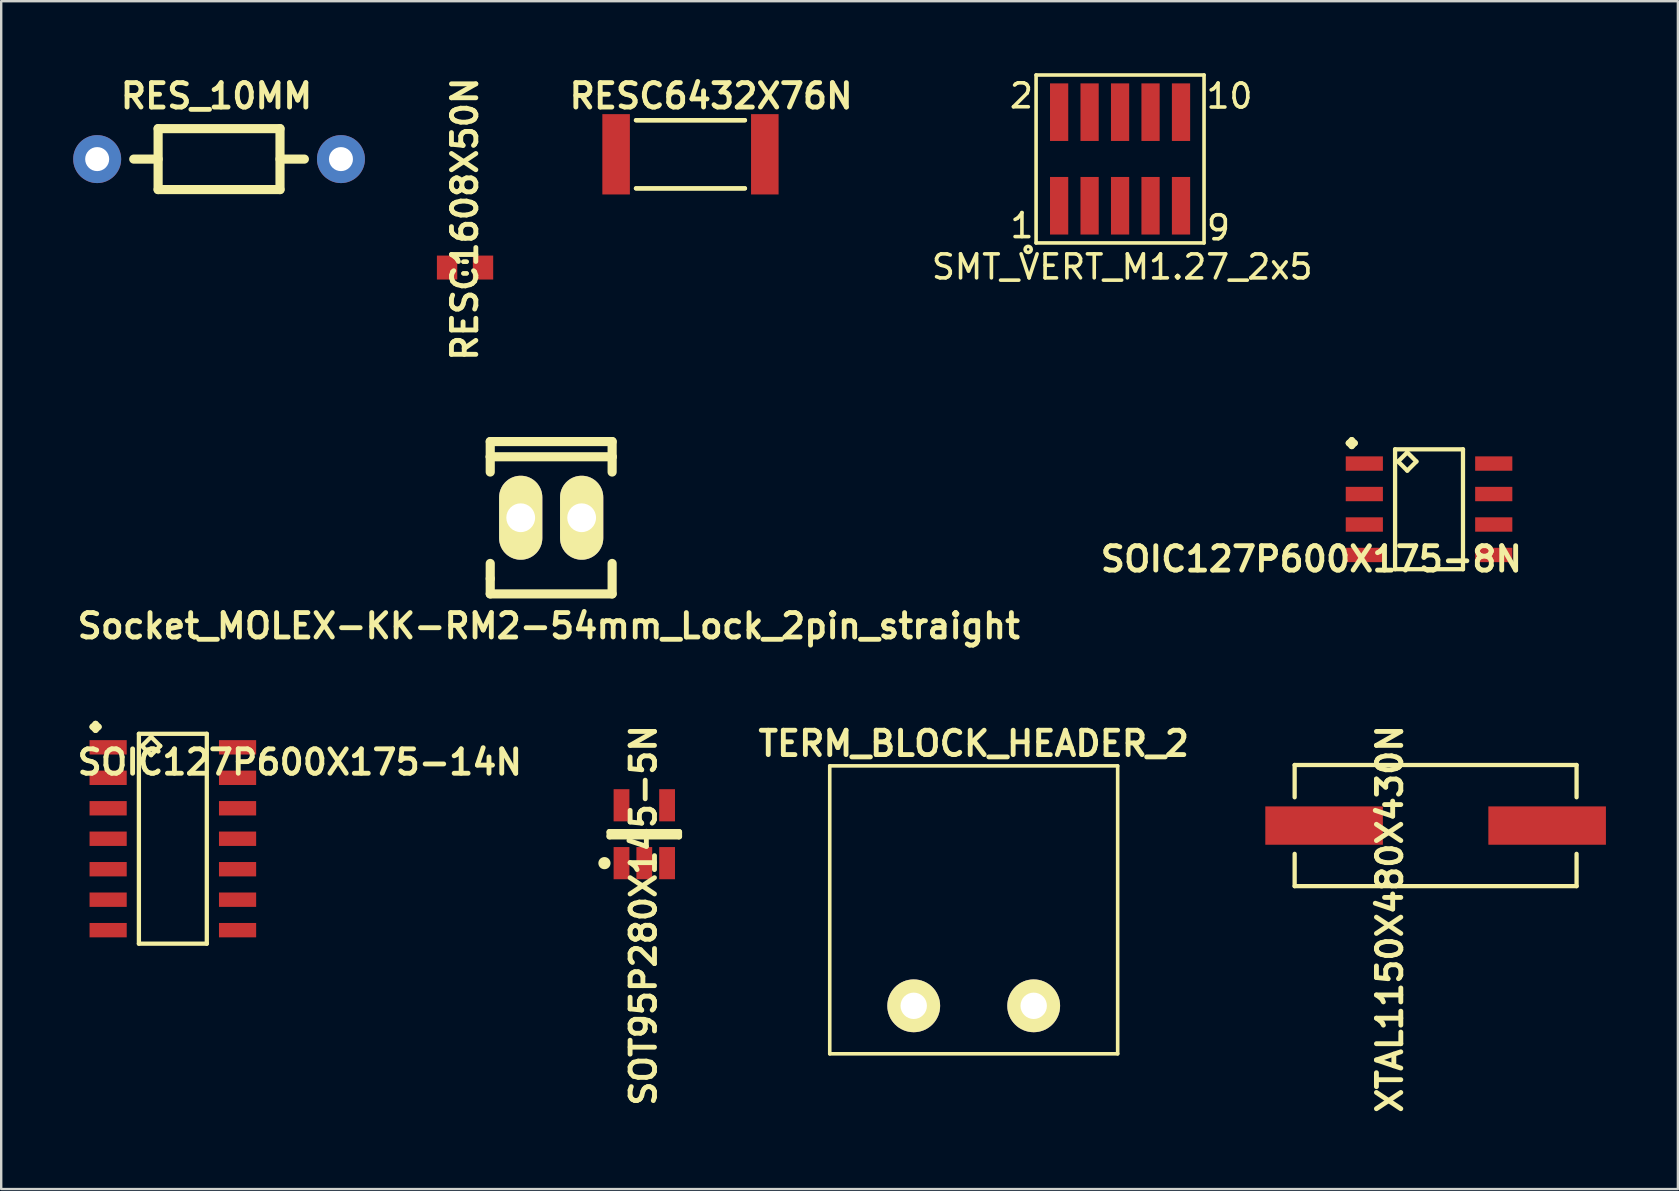
<source format=kicad_pcb>
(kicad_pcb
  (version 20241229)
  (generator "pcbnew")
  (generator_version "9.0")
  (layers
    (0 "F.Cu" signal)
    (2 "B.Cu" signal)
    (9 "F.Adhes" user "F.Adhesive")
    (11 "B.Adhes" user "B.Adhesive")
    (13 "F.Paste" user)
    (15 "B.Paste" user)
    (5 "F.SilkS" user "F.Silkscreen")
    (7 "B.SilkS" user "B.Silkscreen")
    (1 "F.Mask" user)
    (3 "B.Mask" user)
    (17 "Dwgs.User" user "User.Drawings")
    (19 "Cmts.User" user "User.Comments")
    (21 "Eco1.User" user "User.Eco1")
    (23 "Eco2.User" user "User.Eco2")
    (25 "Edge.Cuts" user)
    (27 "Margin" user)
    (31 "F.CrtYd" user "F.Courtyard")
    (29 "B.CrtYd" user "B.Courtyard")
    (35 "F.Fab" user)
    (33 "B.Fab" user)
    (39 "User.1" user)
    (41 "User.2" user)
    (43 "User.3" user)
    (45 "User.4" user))
  (footprint "SOT95P280X145-5N"
    (layer "F.Cu")
    (at 23.803 31.718)
    (property "Reference" "SOT95P280X145-5N" (at -0.035 3.385 90) (layer "F.SilkS") (effects (font (size 1.016 1.016) (thickness 0.203))))
    (attr through_hole)
    (fp_line (start -1.661 1.206) (end -1.661 1.206) (stroke (width 0.508) (type solid)) (layer "F.SilkS"))
    (fp_line (start -1.448 -0.091) (end -1.448 0.091) (stroke (width 0.254) (type solid)) (layer "F.SilkS"))
    (fp_line (start -1.448 0.091) (end 1.448 0.091) (stroke (width 0.254) (type solid)) (layer "F.SilkS"))
    (fp_line (start 1.448 -0.091) (end -1.448 -0.091) (stroke (width 0.254) (type solid)) (layer "F.SilkS"))
    (fp_line (start 1.448 0.091) (end 1.448 -0.091) (stroke (width 0.254) (type solid)) (layer "F.SilkS"))
    (pad "1" smd rect (at -0.95 1.206) (size 0.658 1.341) (layers "F.Cu" "F.Mask" "F.Paste"))
    (pad "2" smd rect (at 0 1.206) (size 0.658 1.341) (layers "F.Cu" "F.Mask" "F.Paste"))
    (pad "3" smd rect (at 0.95 1.206) (size 0.658 1.341) (layers "F.Cu" "F.Mask" "F.Paste"))
    (pad "4" smd rect (at 0.95 -1.206) (size 0.658 1.341) (layers "F.Cu" "F.Mask" "F.Paste"))
    (pad "5" smd rect (at -0.95 -1.206) (size 0.658 1.341) (layers "F.Cu" "F.Mask" "F.Paste")))
  (footprint "TERM_BLOCK_HEADER_2"
    (layer "F.Cu")
    (at 37.532 38.87)
    (property "Reference" "TERM_BLOCK_HEADER_2" (at 0 -10.93 0) (layer "F.SilkS") (effects (font (size 1.016 1.016) (thickness 0.203))))
    (attr through_hole)
    (fp_line (start -6 -10) (end 6 -10) (stroke (width 0.15) (type solid)) (layer "F.SilkS"))
    (fp_line (start -6 2) (end -6 -10) (stroke (width 0.15) (type solid)) (layer "F.SilkS"))
    (fp_line (start -6 2) (end 6 2) (stroke (width 0.15) (type solid)) (layer "F.SilkS"))
    (fp_line (start 6 2) (end 6 -10) (stroke (width 0.15) (type solid)) (layer "F.SilkS"))
    (pad "1" thru_hole circle (at -2.5 0) (size 2.2 2.2) (drill 1.1) (layers "*.Cu" "*.Mask" "F.SilkS"))
    (pad "2" thru_hole circle (at 2.5 0) (size 2.2 2.2) (drill 1.1) (layers "*.Cu" "*.Mask" "F.SilkS")))
  (footprint "Socket_MOLEX-KK-RM2-54mm_Lock_2pin_straight"
    (layer "F.Cu")
    (at 19.922 18.528)
    (property "Reference" "Socket_MOLEX-KK-RM2-54mm_Lock_2pin_straight" (at -0.1 4.51 0) (layer "F.SilkS") (effects (font (size 1.016 1.016) (thickness 0.203))))
    (attr through_hole)
    (fp_line (start -2.54 -3.175) (end 2.54 -3.175) (stroke (width 0.381) (type solid)) (layer "F.SilkS"))
    (fp_line (start -2.54 -2.54) (end -2.54 -3.175) (stroke (width 0.381) (type solid)) (layer "F.SilkS"))
    (fp_line (start -2.54 -2.54) (end -2.54 -1.905) (stroke (width 0.381) (type solid)) (layer "F.SilkS"))
    (fp_line (start -2.54 -2.54) (end 2.54 -2.54) (stroke (width 0.381) (type solid)) (layer "F.SilkS"))
    (fp_line (start -2.54 2.54) (end -2.54 1.905) (stroke (width 0.381) (type solid)) (layer "F.SilkS"))
    (fp_line (start -2.54 3.175) (end -2.54 2.54) (stroke (width 0.381) (type solid)) (layer "F.SilkS"))
    (fp_line (start 2.54 -3.175) (end 2.54 -2.54) (stroke (width 0.381) (type solid)) (layer "F.SilkS"))
    (fp_line (start 2.54 -2.54) (end 2.54 -1.905) (stroke (width 0.381) (type solid)) (layer "F.SilkS"))
    (fp_line (start 2.54 3.175) (end -2.54 3.175) (stroke (width 0.381) (type solid)) (layer "F.SilkS"))
    (fp_line (start 2.54 3.175) (end 2.54 1.905) (stroke (width 0.381) (type solid)) (layer "F.SilkS"))
    (pad "1" thru_hole oval (at -1.27 0) (size 1.801 3.5) (drill 1.199) (layers "*.Cu" "*.Mask" "F.SilkS"))
    (pad "2" thru_hole oval (at 1.27 0) (size 1.801 3.5) (drill 1.199) (layers "*.Cu" "*.Mask" "F.SilkS")))
  (footprint "XTAL1150X480X430N"
    (layer "F.Cu")
    (at 56.783 31.358)
    (property "Reference" "XTAL1150X480X430N" (at -1.91 3.89 90) (layer "F.SilkS") (effects (font (size 1.016 1.016) (thickness 0.203))))
    (attr smd)
    (fp_line (start -5.875 -2.525) (end 5.875 -2.525) (stroke (width 0.178) (type solid)) (layer "F.SilkS"))
    (fp_line (start -5.875 -1.179) (end -5.875 -2.525) (stroke (width 0.178) (type solid)) (layer "F.SilkS"))
    (fp_line (start -5.875 1.179) (end -5.875 2.525) (stroke (width 0.178) (type solid)) (layer "F.SilkS"))
    (fp_line (start -5.875 2.525) (end 5.875 2.525) (stroke (width 0.178) (type solid)) (layer "F.SilkS"))
    (fp_line (start 5.875 -2.525) (end 5.875 -1.179) (stroke (width 0.178) (type solid)) (layer "F.SilkS"))
    (fp_line (start 5.875 2.525) (end 5.875 1.179) (stroke (width 0.178) (type solid)) (layer "F.SilkS"))
    (pad "1" smd rect (at -4.648 0) (size 4.9 1.598) (layers "F.Cu" "F.Mask" "F.Paste"))
    (pad "2" smd rect (at 4.648 0) (size 4.9 1.598) (layers "F.Cu" "F.Mask" "F.Paste")))
  (footprint "SOIC127P600X175-8N"
    (layer "F.Cu")
    (at 56.509 18.175)
    (property "Reference" "SOIC127P600X175-8N" (at -4.905 2.075 0) (layer "F.SilkS") (effects (font (size 1.016 1.016) (thickness 0.203))))
    (attr smd)
    (fp_line (start -3.348 -2.758) (end -3.221 -2.885) (stroke (width 0.254) (type solid)) (layer "F.SilkS"))
    (fp_line (start -3.221 -2.885) (end -3.094 -2.758) (stroke (width 0.254) (type solid)) (layer "F.SilkS"))
    (fp_line (start -3.221 -2.631) (end -3.348 -2.758) (stroke (width 0.254) (type solid)) (layer "F.SilkS"))
    (fp_line (start -3.094 -2.758) (end -3.221 -2.631) (stroke (width 0.254) (type solid)) (layer "F.SilkS"))
    (fp_line (start -1.415 -2.499) (end -1.415 2.499) (stroke (width 0.178) (type solid)) (layer "F.SilkS"))
    (fp_line (start -1.415 2.499) (end 1.415 2.499) (stroke (width 0.178) (type solid)) (layer "F.SilkS"))
    (fp_line (start -1.288 -1.991) (end -0.907 -2.372) (stroke (width 0.178) (type solid)) (layer "F.SilkS"))
    (fp_line (start -0.907 -2.372) (end -0.526 -1.991) (stroke (width 0.178) (type solid)) (layer "F.SilkS"))
    (fp_line (start -0.907 -1.61) (end -1.288 -1.991) (stroke (width 0.178) (type solid)) (layer "F.SilkS"))
    (fp_line (start -0.526 -1.991) (end -0.907 -1.61) (stroke (width 0.178) (type solid)) (layer "F.SilkS"))
    (fp_line (start 1.415 -2.499) (end -1.415 -2.499) (stroke (width 0.178) (type solid)) (layer "F.SilkS"))
    (fp_line (start 1.415 2.499) (end 1.415 -2.499) (stroke (width 0.178) (type solid)) (layer "F.SilkS"))
    (pad "1" smd rect (at -2.697 -1.905) (size 1.549 0.599) (layers "F.Cu" "F.Mask" "F.Paste"))
    (pad "2" smd rect (at -2.697 -0.635) (size 1.549 0.599) (layers "F.Cu" "F.Mask" "F.Paste"))
    (pad "3" smd rect (at -2.697 0.635) (size 1.549 0.599) (layers "F.Cu" "F.Mask" "F.Paste"))
    (pad "4" smd rect (at -2.697 1.905) (size 1.549 0.599) (layers "F.Cu" "F.Mask" "F.Paste"))
    (pad "5" smd rect (at 2.697 1.905) (size 1.549 0.599) (layers "F.Cu" "F.Mask" "F.Paste"))
    (pad "6" smd rect (at 2.697 0.635) (size 1.549 0.599) (layers "F.Cu" "F.Mask" "F.Paste"))
    (pad "7" smd rect (at 2.697 -0.635) (size 1.549 0.599) (layers "F.Cu" "F.Mask" "F.Paste"))
    (pad "8" smd rect (at 2.697 -1.905) (size 1.549 0.599) (layers "F.Cu" "F.Mask" "F.Paste")))
  (footprint "RESC1608X50N"
    (layer "F.Cu")
    (at 16.332 8.101)
    (property "Reference" "RESC1608X50N" (at -0.01 -2.02 90) (layer "F.SilkS") (effects (font (size 1.016 1.016) (thickness 0.203))))
    (attr smd)
    (fp_line (start -0.069 -0.244) (end 0.069 -0.244) (stroke (width 0.178) (type solid)) (layer "F.SilkS"))
    (fp_line (start -0.069 0.244) (end 0.069 0.244) (stroke (width 0.178) (type solid)) (layer "F.SilkS"))
    (fp_line (start 0.069 -0.244) (end -0.069 -0.244) (stroke (width 0.178) (type solid)) (layer "F.SilkS"))
    (fp_line (start 0.069 0.244) (end -0.069 0.244) (stroke (width 0.178) (type solid)) (layer "F.SilkS"))
    (pad "1" smd rect (at -0.749 0) (size 0.848 0.998) (layers "F.Cu" "F.Mask" "F.Paste"))
    (pad "2" smd rect (at 0.749 0) (size 0.848 0.998) (layers "F.Cu" "F.Mask" "F.Paste")))
  (footprint "SMT_VERT_M1.27_2x5"
    (layer "F.Cu")
    (at 43.632 3.575)
    (property "Reference" "SMT_VERT_M1.27_2x5" (at 0.09 4.5 0) (layer "F.SilkS") (effects (font (size 1 1) (thickness 0.15))))
    (attr through_hole)
    (fp_line (start -3.5 -3.5) (end 3.5 -3.5) (stroke (width 0.15) (type solid)) (layer "F.SilkS"))
    (fp_line (start -3.5 3.5) (end -3.5 -3.5) (stroke (width 0.15) (type solid)) (layer "F.SilkS"))
    (fp_line (start 3.5 3.5) (end -3.5 3.5) (stroke (width 0.15) (type solid)) (layer "F.SilkS"))
    (fp_line (start 3.5 3.5) (end 3.5 -3.5) (stroke (width 0.15) (type solid)) (layer "F.SilkS"))
    (fp_circle (center -3.83 3.77) (end -3.73 3.85) (stroke (width 0.15) (type solid)) (fill no) (layer "F.SilkS"))
    (fp_text user "1" (at -4.09 2.78 0) (layer "F.SilkS") (effects (font (size 1 1) (thickness 0.15))))
    (fp_text user "2" (at -4.11 -2.63 0) (layer "F.SilkS") (effects (font (size 1 1) (thickness 0.15))))
    (fp_text user "9" (at 4.1 2.87 0) (layer "F.SilkS") (effects (font (size 1 1) (thickness 0.15))))
    (fp_text user "10" (at 4.56 -2.62 0) (layer "F.SilkS") (effects (font (size 1 1) (thickness 0.15))))
    (pad "1" smd rect (at -2.54 1.95) (size 0.76 2.4) (layers "F.Cu" "F.Mask" "F.Paste"))
    (pad "2" smd rect (at -2.54 -1.95) (size 0.76 2.4) (layers "F.Cu" "F.Mask" "F.Paste"))
    (pad "3" smd rect (at -1.27 1.95) (size 0.76 2.4) (layers "F.Cu" "F.Mask" "F.Paste"))
    (pad "4" smd rect (at -1.27 -1.95) (size 0.76 2.4) (layers "F.Cu" "F.Mask" "F.Paste"))
    (pad "5" smd rect (at 0 1.95) (size 0.76 2.4) (layers "F.Cu" "F.Mask" "F.Paste"))
    (pad "6" smd rect (at 0 -1.95) (size 0.76 2.4) (layers "F.Cu" "F.Mask" "F.Paste"))
    (pad "7" smd rect (at 1.27 1.95) (size 0.76 2.4) (layers "F.Cu" "F.Mask" "F.Paste"))
    (pad "8" smd rect (at 1.27 -1.95) (size 0.76 2.4) (layers "F.Cu" "F.Mask" "F.Paste"))
    (pad "9" smd rect (at 2.54 1.95) (size 0.76 2.4) (layers "F.Cu" "F.Mask" "F.Paste"))
    (pad "10" smd rect (at 2.54 -1.95) (size 0.76 2.4) (layers "F.Cu" "F.Mask" "F.Paste")))
  (footprint "RES_10MM"
    (layer "F.Cu")
    (at 6.001 3.581)
    (property "Reference" "RES_10MM" (at -0.03 -2.63 0) (layer "F.SilkS") (effects (font (size 1.016 1.016) (thickness 0.203))))
    (attr through_hole)
    (fp_line (start -2.461 -1.27) (end 2.619 -1.27) (stroke (width 0.381) (type solid)) (layer "F.SilkS"))
    (fp_line (start -2.461 0) (end -3.477 0) (stroke (width 0.381) (type solid)) (layer "F.SilkS"))
    (fp_line (start -2.461 1.27) (end -2.461 -1.27) (stroke (width 0.381) (type solid)) (layer "F.SilkS"))
    (fp_line (start 2.619 -1.27) (end 2.619 1.27) (stroke (width 0.381) (type solid)) (layer "F.SilkS"))
    (fp_line (start 2.619 0) (end 3.635 0) (stroke (width 0.381) (type solid)) (layer "F.SilkS"))
    (fp_line (start 2.619 1.27) (end -2.461 1.27) (stroke (width 0.381) (type solid)) (layer "F.SilkS"))
    (pad "1" thru_hole circle (at -5.001 0) (size 1.999 1.999) (drill 1.001) (layers "*.Cu"))
    (pad "2" thru_hole circle (at 5.159 0) (size 1.999 1.999) (drill 1.001) (layers "*.Cu")))
  (footprint "SOIC127P600X175-14N"
    (layer "F.Cu")
    (at 4.154 31.907)
    (property "Reference" "SOIC127P600X175-14N" (at 5.29 -3.19 0) (layer "F.SilkS") (effects (font (size 1.016 1.016) (thickness 0.203))))
    (attr smd)
    (fp_line (start -3.348 -4.663) (end -3.221 -4.79) (stroke (width 0.254) (type solid)) (layer "F.SilkS"))
    (fp_line (start -3.221 -4.79) (end -3.094 -4.663) (stroke (width 0.254) (type solid)) (layer "F.SilkS"))
    (fp_line (start -3.221 -4.536) (end -3.348 -4.663) (stroke (width 0.254) (type solid)) (layer "F.SilkS"))
    (fp_line (start -3.094 -4.663) (end -3.221 -4.536) (stroke (width 0.254) (type solid)) (layer "F.SilkS"))
    (fp_line (start -1.415 -4.374) (end -1.415 4.374) (stroke (width 0.178) (type solid)) (layer "F.SilkS"))
    (fp_line (start -1.415 4.374) (end 1.415 4.374) (stroke (width 0.178) (type solid)) (layer "F.SilkS"))
    (fp_line (start -1.288 -3.866) (end -0.907 -4.247) (stroke (width 0.178) (type solid)) (layer "F.SilkS"))
    (fp_line (start -0.907 -4.247) (end -0.526 -3.866) (stroke (width 0.178) (type solid)) (layer "F.SilkS"))
    (fp_line (start -0.907 -3.485) (end -1.288 -3.866) (stroke (width 0.178) (type solid)) (layer "F.SilkS"))
    (fp_line (start -0.526 -3.866) (end -0.907 -3.485) (stroke (width 0.178) (type solid)) (layer "F.SilkS"))
    (fp_line (start 1.415 -4.374) (end -1.415 -4.374) (stroke (width 0.178) (type solid)) (layer "F.SilkS"))
    (fp_line (start 1.415 4.374) (end 1.415 -4.374) (stroke (width 0.178) (type solid)) (layer "F.SilkS"))
    (pad "1" smd rect (at -2.697 -3.81) (size 1.549 0.599) (layers "F.Cu" "F.Mask" "F.Paste"))
    (pad "2" smd rect (at -2.697 -2.54) (size 1.549 0.599) (layers "F.Cu" "F.Mask" "F.Paste"))
    (pad "3" smd rect (at -2.697 -1.27) (size 1.549 0.599) (layers "F.Cu" "F.Mask" "F.Paste"))
    (pad "4" smd rect (at -2.697 0) (size 1.549 0.599) (layers "F.Cu" "F.Mask" "F.Paste"))
    (pad "5" smd rect (at -2.697 1.27) (size 1.549 0.599) (layers "F.Cu" "F.Mask" "F.Paste"))
    (pad "6" smd rect (at -2.697 2.54) (size 1.549 0.599) (layers "F.Cu" "F.Mask" "F.Paste"))
    (pad "7" smd rect (at -2.697 3.81) (size 1.549 0.599) (layers "F.Cu" "F.Mask" "F.Paste"))
    (pad "8" smd rect (at 2.697 3.81) (size 1.549 0.599) (layers "F.Cu" "F.Mask" "F.Paste"))
    (pad "9" smd rect (at 2.697 2.54) (size 1.549 0.599) (layers "F.Cu" "F.Mask" "F.Paste"))
    (pad "10" smd rect (at 2.697 1.27) (size 1.549 0.599) (layers "F.Cu" "F.Mask" "F.Paste"))
    (pad "11" smd rect (at 2.697 0) (size 1.549 0.599) (layers "F.Cu" "F.Mask" "F.Paste"))
    (pad "12" smd rect (at 2.697 -1.27) (size 1.549 0.599) (layers "F.Cu" "F.Mask" "F.Paste"))
    (pad "13" smd rect (at 2.697 -2.54) (size 1.549 0.599) (layers "F.Cu" "F.Mask" "F.Paste"))
    (pad "14" smd rect (at 2.697 -3.81) (size 1.549 0.599) (layers "F.Cu" "F.Mask" "F.Paste")))
  (footprint "RESC6432X76N"
    (layer "F.Cu")
    (at 25.727 3.381)
    (property "Reference" "RESC6432X76N" (at 0.86 -2.43 0) (layer "F.SilkS") (effects (font (size 1.016 1.016) (thickness 0.203))))
    (attr smd)
    (fp_line (start -2.271 -1.42) (end 2.271 -1.42) (stroke (width 0.178) (type solid)) (layer "F.SilkS"))
    (fp_line (start -2.271 1.42) (end 2.271 1.42) (stroke (width 0.178) (type solid)) (layer "F.SilkS"))
    (fp_line (start 2.271 -1.42) (end -2.271 -1.42) (stroke (width 0.178) (type solid)) (layer "F.SilkS"))
    (fp_line (start 2.271 1.42) (end -2.271 1.42) (stroke (width 0.178) (type solid)) (layer "F.SilkS"))
    (pad "1" smd rect (at -3.099 0) (size 1.148 3.348) (layers "F.Cu" "F.Mask" "F.Paste"))
    (pad "2" smd rect (at 3.099 0) (size 1.148 3.348) (layers "F.Cu" "F.Mask" "F.Paste")))
  (gr_rect
    (start -3 -3)
    (end 66.881 46.507)
    (stroke (width 0.1) (type default))
    (fill no)
    (layer "Edge.Cuts")))
</source>
